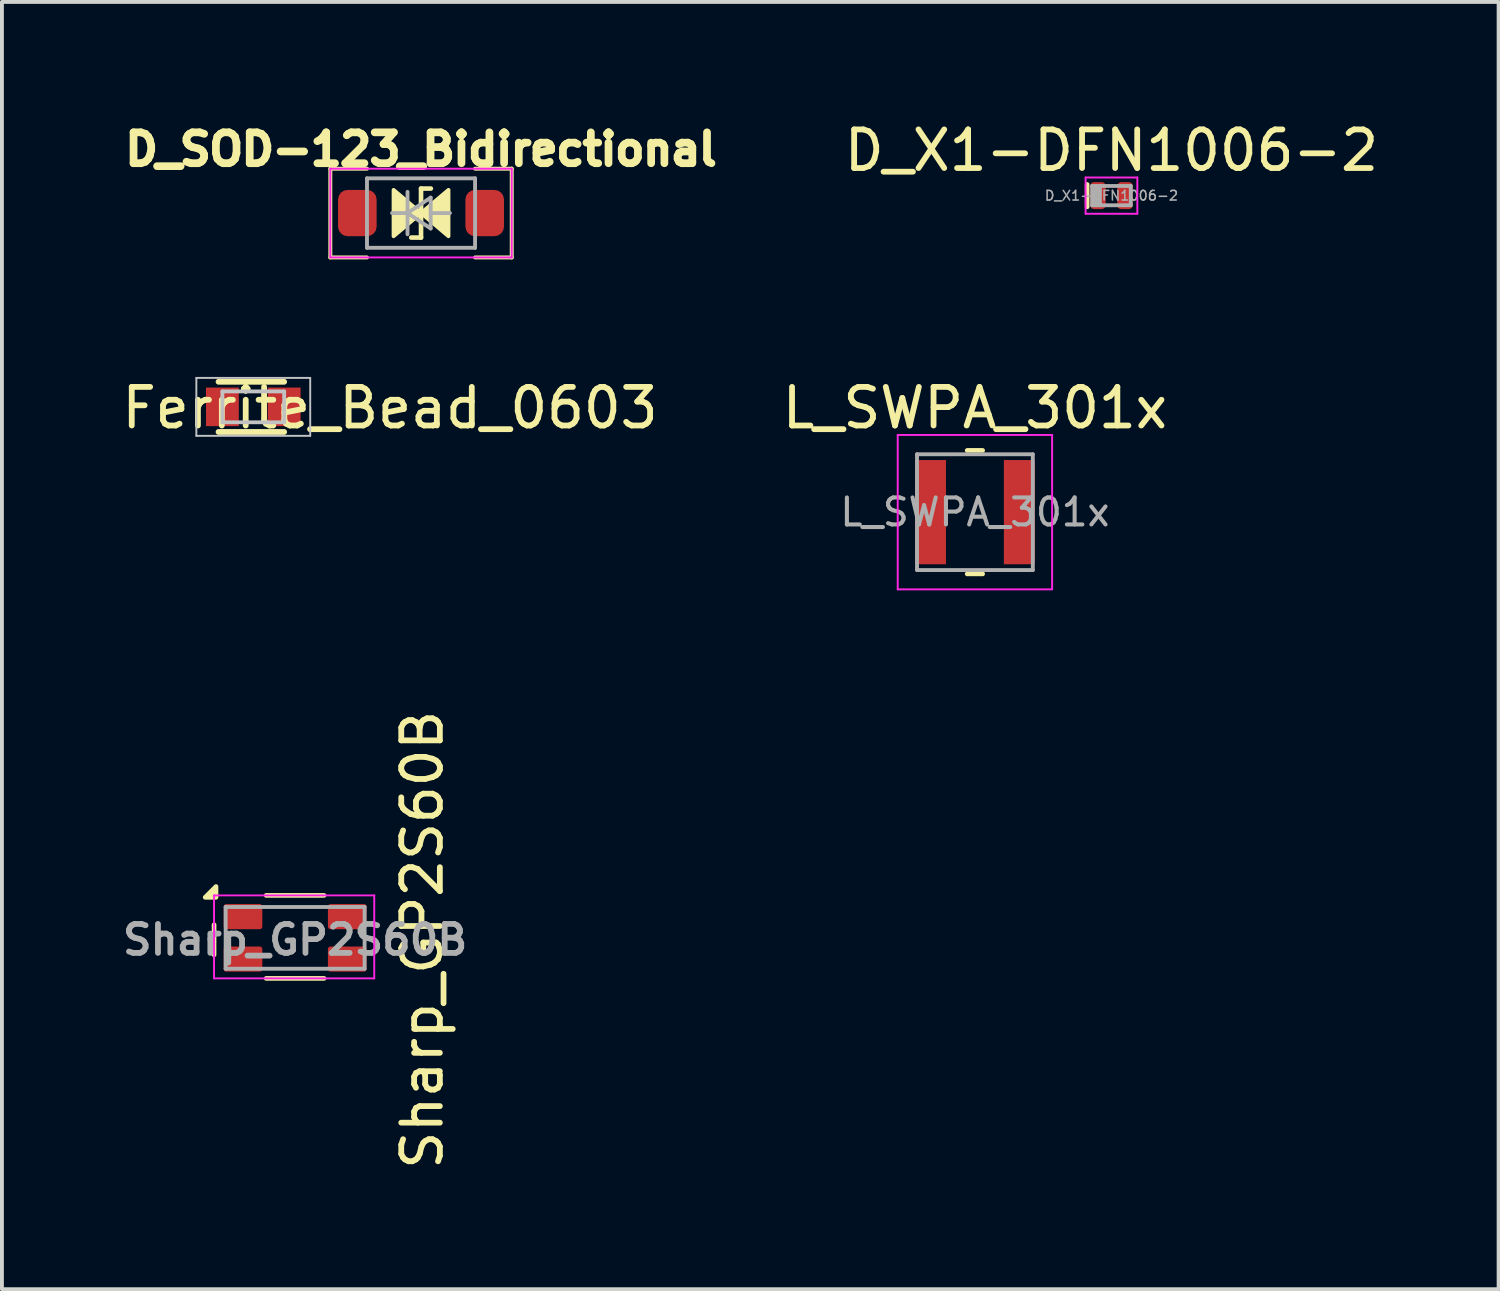
<source format=kicad_pcb>
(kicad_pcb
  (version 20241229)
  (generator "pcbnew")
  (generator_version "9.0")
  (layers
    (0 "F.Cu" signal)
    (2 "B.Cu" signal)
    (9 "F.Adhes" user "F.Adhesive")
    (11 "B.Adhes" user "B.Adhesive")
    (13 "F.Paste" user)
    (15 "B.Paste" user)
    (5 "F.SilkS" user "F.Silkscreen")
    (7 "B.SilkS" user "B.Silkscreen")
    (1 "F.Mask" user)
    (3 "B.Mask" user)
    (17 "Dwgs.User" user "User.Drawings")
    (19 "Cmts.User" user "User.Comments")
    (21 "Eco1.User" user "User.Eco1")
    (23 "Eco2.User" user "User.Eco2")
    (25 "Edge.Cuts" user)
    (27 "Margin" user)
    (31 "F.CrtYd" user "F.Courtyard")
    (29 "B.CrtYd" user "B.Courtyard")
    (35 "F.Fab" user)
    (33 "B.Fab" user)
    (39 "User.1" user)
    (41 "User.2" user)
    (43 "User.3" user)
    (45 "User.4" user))
  (footprint "L_SWPA_301x"
    (layer "F.Cu")
    (at 22.208 10.219)
    (property "Reference" "L_SWPA_301x" (at 0 -2.7 0) (layer "F.SilkS") (effects (font (size 1 1) (thickness 0.15))))
    (attr smd)
    (fp_line (start -0.2 -1.6) (end 0.2 -1.6) (stroke (width 0.12) (type solid)) (layer "F.SilkS"))
    (fp_line (start -0.2 1.6) (end 0.2 1.6) (stroke (width 0.12) (type solid)) (layer "F.SilkS"))
    (fp_line (start -2 -2) (end -2 2) (stroke (width 0.05) (type solid)) (layer "F.CrtYd"))
    (fp_line (start -2 2) (end 2 2) (stroke (width 0.05) (type solid)) (layer "F.CrtYd"))
    (fp_line (start 2 -2) (end -2 -2) (stroke (width 0.05) (type solid)) (layer "F.CrtYd"))
    (fp_line (start 2 2) (end 2 -2) (stroke (width 0.05) (type solid)) (layer "F.CrtYd"))
    (fp_line (start -1.5 -1.5) (end -1.5 1.5) (stroke (width 0.1) (type solid)) (layer "F.Fab"))
    (fp_line (start -1.5 1.5) (end 1.5 1.5) (stroke (width 0.1) (type solid)) (layer "F.Fab"))
    (fp_line (start 1.5 -1.5) (end -1.5 -1.5) (stroke (width 0.1) (type solid)) (layer "F.Fab"))
    (fp_line (start 1.5 1.5) (end 1.5 -1.5) (stroke (width 0.1) (type solid)) (layer "F.Fab"))
    (fp_text user "${REFERENCE}" (at 0 0 0) (layer "F.Fab") (effects (font (size 0.7 0.7) (thickness 0.105))))
    (pad "1" smd rect (at -1.15 0) (size 0.8 2.7) (layers "F.Cu" "F.Mask" "F.Paste"))
    (pad "2" smd rect (at 1.15 0) (size 0.8 2.7) (layers "F.Cu" "F.Mask" "F.Paste")))
  (footprint "D_X1-DFN1006-2"
    (layer "F.Cu")
    (at 25.746 2.018)
    (property "Reference" "D_X1-DFN1006-2" (at 0 -1.17 0) (layer "F.SilkS") (effects (font (size 1 1) (thickness 0.15))))
    (attr smd)
    (fp_line (start -0.63 -0.29) (end -0.63 0.29) (stroke (width 0.12) (type solid)) (layer "F.SilkS"))
    (fp_line (start -0.67 -0.47) (end 0.67 -0.47) (stroke (width 0.05) (type solid)) (layer "F.CrtYd"))
    (fp_line (start -0.67 0.47) (end -0.67 -0.47) (stroke (width 0.05) (type solid)) (layer "F.CrtYd"))
    (fp_line (start 0.67 -0.47) (end 0.67 0.47) (stroke (width 0.05) (type solid)) (layer "F.CrtYd"))
    (fp_line (start 0.67 0.47) (end -0.67 0.47) (stroke (width 0.05) (type solid)) (layer "F.CrtYd"))
    (fp_line (start -0.5 -0.25) (end 0.5 -0.25) (stroke (width 0.1) (type solid)) (layer "F.Fab"))
    (fp_line (start -0.5 0.25) (end -0.5 -0.25) (stroke (width 0.1) (type solid)) (layer "F.Fab"))
    (fp_line (start -0.4 0.25) (end -0.4 -0.25) (stroke (width 0.1) (type solid)) (layer "F.Fab"))
    (fp_line (start -0.3 0.25) (end -0.3 -0.25) (stroke (width 0.1) (type solid)) (layer "F.Fab"))
    (fp_line (start 0.5 -0.25) (end 0.5 0.25) (stroke (width 0.1) (type solid)) (layer "F.Fab"))
    (fp_line (start 0.5 0.25) (end -0.5 0.25) (stroke (width 0.1) (type solid)) (layer "F.Fab"))
    (fp_text user "${REFERENCE}" (at 0 0 0) (layer "F.Fab") (effects (font (size 0.25 0.25) (thickness 0.04))))
    (pad "1" smd roundrect (at -0.35 0) (size 0.4 0.7) (layers "F.Cu" "F.Mask" "F.Paste") (roundrect_rratio 0.25))
    (pad "2" smd roundrect (at 0.35 0) (size 0.4 0.7) (layers "F.Cu" "F.Mask" "F.Paste") (roundrect_rratio 0.25)))
  (footprint "D_SOD-123_Bidirectional"
    (layer "F.Cu")
    (at 7.858 2.47)
    (property "Reference" "D_SOD-123_Bidirectional" (at 0 -1.651 0) (layer "F.SilkS") (effects (font (size 0.8 0.8) (thickness 0.2))))
    (attr smd)
    (fp_line (start -2.35 -1.15) (end -1.4 -1.15) (stroke (width 0.102) (type solid)) (layer "F.SilkS"))
    (fp_line (start -2.35 1.15) (end -2.35 -1.15) (stroke (width 0.102) (type solid)) (layer "F.SilkS"))
    (fp_line (start -2.35 1.15) (end -1.4 1.15) (stroke (width 0.102) (type solid)) (layer "F.SilkS"))
    (fp_line (start 0 -0.635) (end 0.254 -0.635) (stroke (width 0.12) (type solid)) (layer "F.SilkS"))
    (fp_line (start 0 0.635) (end -0.254 0.635) (stroke (width 0.12) (type solid)) (layer "F.SilkS"))
    (fp_line (start 0 0.635) (end 0 -0.635) (stroke (width 0.12) (type solid)) (layer "F.SilkS"))
    (fp_line (start 2.35 -1.15) (end 1.4 -1.15) (stroke (width 0.102) (type solid)) (layer "F.SilkS"))
    (fp_line (start 2.35 -1.15) (end 2.35 1.15) (stroke (width 0.102) (type solid)) (layer "F.SilkS"))
    (fp_line (start 2.35 1.15) (end 1.4 1.15) (stroke (width 0.102) (type solid)) (layer "F.SilkS"))
    (fp_poly (pts (xy 0 0) (xy -0.711 0.6) (xy -0.711 -0.6)) (stroke (width 0.1) (type solid)) (fill yes) (layer "F.SilkS"))
    (fp_poly (pts (xy 0 0) (xy 0.711 -0.6) (xy 0.711 0.6)) (stroke (width 0.1) (type solid)) (fill yes) (layer "F.SilkS"))
    (fp_line (start -2.35 -1.15) (end -2.35 1.15) (stroke (width 0.05) (type solid)) (layer "F.CrtYd"))
    (fp_line (start -2.35 -1.15) (end 2.35 -1.15) (stroke (width 0.05) (type solid)) (layer "F.CrtYd"))
    (fp_line (start 2.35 -1.15) (end 2.35 1.15) (stroke (width 0.05) (type solid)) (layer "F.CrtYd"))
    (fp_line (start 2.35 1.15) (end -2.35 1.15) (stroke (width 0.05) (type solid)) (layer "F.CrtYd"))
    (fp_line (start -1.4 -0.9) (end 1.4 -0.9) (stroke (width 0.1) (type solid)) (layer "F.Fab"))
    (fp_line (start -1.4 0.9) (end -1.4 -0.9) (stroke (width 0.1) (type solid)) (layer "F.Fab"))
    (fp_line (start -0.75 0) (end -0.35 0) (stroke (width 0.1) (type solid)) (layer "F.Fab"))
    (fp_line (start -0.35 0) (end -0.35 -0.55) (stroke (width 0.1) (type solid)) (layer "F.Fab"))
    (fp_line (start -0.35 0) (end -0.35 0.55) (stroke (width 0.1) (type solid)) (layer "F.Fab"))
    (fp_line (start -0.35 0) (end 0.25 -0.4) (stroke (width 0.1) (type solid)) (layer "F.Fab"))
    (fp_line (start 0.25 -0.4) (end 0.25 0.4) (stroke (width 0.1) (type solid)) (layer "F.Fab"))
    (fp_line (start 0.25 0) (end 0.75 0) (stroke (width 0.1) (type solid)) (layer "F.Fab"))
    (fp_line (start 0.25 0.4) (end -0.35 0) (stroke (width 0.1) (type solid)) (layer "F.Fab"))
    (fp_line (start 1.4 -0.9) (end 1.4 0.9) (stroke (width 0.1) (type solid)) (layer "F.Fab"))
    (fp_line (start 1.4 0.9) (end -1.4 0.9) (stroke (width 0.1) (type solid)) (layer "F.Fab"))
    (pad "1" smd roundrect (at -1.65 0) (size 1 1.2) (layers "F.Cu" "F.Mask" "F.Paste") (roundrect_rratio 0.25))
    (pad "2" smd roundrect (at 1.65 0) (size 1 1.2) (layers "F.Cu" "F.Mask" "F.Paste") (roundrect_rratio 0.25)))
  (footprint "Sharp_GP2S60B"
    (layer "F.Cu")
    (at 4.596 21.298)
    (property "Reference" "Sharp_GP2S60B" (at 3.295 0 90) (layer "F.SilkS") (effects (font (size 1 1) (thickness 0.15))))
    (attr smd)
    (fp_line (start -2.1 -0.39) (end -2.1 0.39) (stroke (width 0.12) (type default)) (layer "F.SilkS"))
    (fp_line (start -0.75 -1.15) (end 0.75 -1.15) (stroke (width 0.12) (type default)) (layer "F.SilkS"))
    (fp_line (start -0.75 1) (end 0.75 1) (stroke (width 0.12) (type default)) (layer "F.SilkS"))
    (fp_poly (pts (xy -2.05 -1.1) (xy -2.33 -1.1) (xy -2.05 -1.38) (xy -2.05 -1.1)) (stroke (width 0.12) (type solid)) (fill yes) (layer "F.SilkS"))
    (fp_line (start -2.1 -1.15) (end 2.05 -1.15) (stroke (width 0.05) (type default)) (layer "F.CrtYd"))
    (fp_line (start -2.1 1) (end -2.1 -1.15) (stroke (width 0.05) (type default)) (layer "F.CrtYd"))
    (fp_line (start -2.1 1) (end 2.05 1) (stroke (width 0.05) (type default)) (layer "F.CrtYd"))
    (fp_line (start 2.05 -1.15) (end 2.05 1) (stroke (width 0.05) (type default)) (layer "F.CrtYd"))
    (fp_line (start -1.8 -0.85) (end 1.8 -0.85) (stroke (width 0.1) (type default)) (layer "F.Fab"))
    (fp_line (start -1.8 0.75) (end -1.8 -0.85) (stroke (width 0.1) (type default)) (layer "F.Fab"))
    (fp_line (start -1.8 0.75) (end 1.8 0.75) (stroke (width 0.1) (type default)) (layer "F.Fab"))
    (fp_line (start 1.8 -0.85) (end 1.8 0.75) (stroke (width 0.1) (type default)) (layer "F.Fab"))
    (fp_text user "${REFERENCE}" (at 0 0 0) (layer "F.Fab") (effects (font (size 0.75 0.75) (thickness 0.15))))
    (pad "1" smd roundrect (at -1.35 -0.6) (size 1 0.65) (layers "F.Cu" "F.Mask" "F.Paste") (roundrect_rratio 0.1))
    (pad "2" smd roundrect (at -1.35 0.5) (size 1 0.65) (layers "F.Cu" "F.Mask" "F.Paste") (roundrect_rratio 0.1))
    (pad "3" smd roundrect (at 1.35 0.5) (size 1 0.65) (layers "F.Cu" "F.Mask" "F.Paste") (roundrect_rratio 0.1))
    (pad "4" smd roundrect (at 1.35 -0.6) (size 1 0.65) (layers "F.Cu" "F.Mask" "F.Paste") (roundrect_rratio 0.1))
    (zone (net_name "") (layer "F.Cu") (name "keepout to avoid short circuit") (hatch edge 0.5) (connect_pads) (min_thickness 0.25) (filled_areas_thickness no) (keepout (tracks not_allowed) (vias not_allowed) (pads not_allowed) (copperpour not_allowed) (footprints not_allowed)) (placement (enabled no)) (fill) (polygon (pts (xy 2.796 21.048) (xy 3.796 21.048) (xy 3.796 20.398) (xy 5.396 20.398) (xy 5.396 21.048) (xy 6.446 21.048) (xy 6.446 21.448) (xy 5.396 21.448) (xy 5.396 22.098) (xy 3.796 22.098) (xy 3.796 21.448) (xy 2.796 21.448)))))
  (footprint "Ferrite_Bead_0603"
    (layer "F.Cu")
    (at 3.512 7.491)
    (property "Reference" "Ferrite_Bead_0603" (at 3.542 0.028 0) (layer "F.SilkS") (effects (font (size 1 1) (thickness 0.15))))
    (attr smd)
    (fp_line (start -0.9 -0.65) (end 0.8 -0.65) (stroke (width 0.15) (type solid)) (layer "F.SilkS"))
    (fp_line (start -0.9 0.65) (end 0.8 0.65) (stroke (width 0.15) (type solid)) (layer "F.SilkS"))
    (fp_line (start -1.475 -0.75) (end 1.475 -0.75) (stroke (width 0.05) (type solid)) (layer "Dwgs.User"))
    (fp_line (start -1.475 0.75) (end -1.475 -0.75) (stroke (width 0.05) (type solid)) (layer "Dwgs.User"))
    (fp_line (start -0.8 -0.4) (end 0.8 -0.4) (stroke (width 0.1) (type solid)) (layer "Dwgs.User"))
    (fp_line (start -0.8 0.4) (end -0.8 -0.4) (stroke (width 0.1) (type solid)) (layer "Dwgs.User"))
    (fp_line (start 0.8 -0.4) (end 0.8 0.4) (stroke (width 0.1) (type solid)) (layer "Dwgs.User"))
    (fp_line (start 0.8 0.4) (end -0.8 0.4) (stroke (width 0.1) (type solid)) (layer "Dwgs.User"))
    (fp_line (start 1.475 -0.75) (end 1.475 0.75) (stroke (width 0.05) (type solid)) (layer "Dwgs.User"))
    (fp_line (start 1.475 0.75) (end -1.475 0.75) (stroke (width 0.05) (type solid)) (layer "Dwgs.User"))
    (pad "1" smd rect (at -0.8 0) (size 0.85 1) (layers "F.Cu" "F.Mask" "F.Paste"))
    (pad "2" smd rect (at 0.8 0) (size 0.85 1) (layers "F.Cu" "F.Mask" "F.Paste")))
  (gr_rect
    (start -3 -3)
    (end 35.776 30.351)
    (stroke (width 0.1) (type default))
    (fill no)
    (layer "Edge.Cuts")))
</source>
